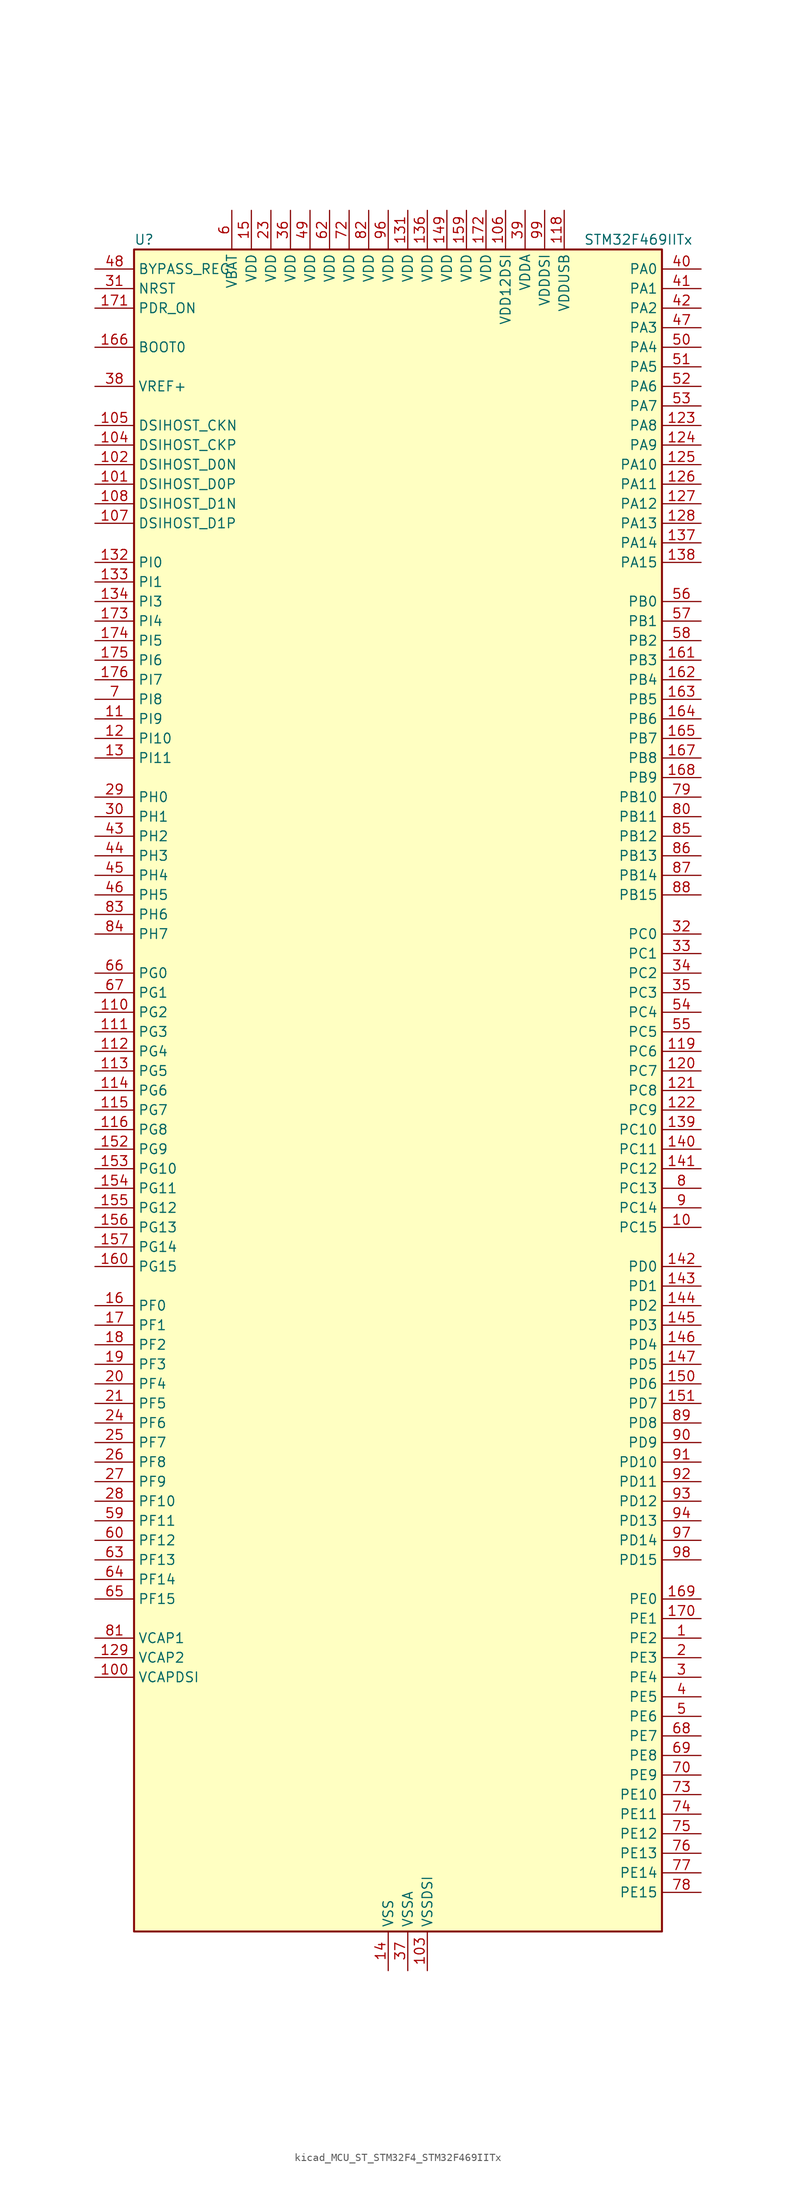
<source format=kicad_sym>
(kicad_symbol_lib
  (version 20220914)
  (generator kicad_symbol_editor)
  (symbol "kicad_MCU_ST_STM32F4_STM32F469IITx"
    (property "Reference" "U"
      (at -33.02 110.49 0)
      (effects (font (size 1.27 1.27)) (justify left)))
    (property "Value" "STM32F469IITx"
      (at 25.4 110.49 0)
      (effects (font (size 1.27 1.27)) (justify left)))
    (property "ki_locked" ""
      (at 0 0 0)
      (effects (font (size 1.27 1.27))))
    (symbol "kicad_MCU_ST_STM32F4_STM32F469IITx_0_1"
      (rectangle (start -33.02 -109.22) (end 35.56 109.22) (stroke (width 0.254) (type default)) (fill (type background))))
    (symbol "kicad_MCU_ST_STM32F4_STM32F469IITx_1_1"
      (pin bidirectional line (at 40.64 -71.12 180) (length 5.08) (name "PE2" (effects (font (size 1.27 1.27)))) (number "1" (effects (font (size 1.27 1.27)))) (alternate "ETH_TXD3" bidirectional line) (alternate "FMC_A23" bidirectional line) (alternate "QUADSPI_BK1_IO2" bidirectional line) (alternate "SAI1_MCLK_A" bidirectional line) (alternate "SPI4_SCK" bidirectional line) (alternate "SYS_TRACECLK" bidirectional line))
      (pin bidirectional line (at 40.64 -17.78 180) (length 5.08) (name "PC15" (effects (font (size 1.27 1.27)))) (number "10" (effects (font (size 1.27 1.27)))) (alternate "ADC1_EXTI15" bidirectional line) (alternate "ADC2_EXTI15" bidirectional line) (alternate "ADC3_EXTI15" bidirectional line) (alternate "RCC_OSC32_OUT" bidirectional line))
      (pin power_out line (at -38.1 -76.2 0) (length 5.08) (name "VCAPDSI" (effects (font (size 1.27 1.27)))) (number "100" (effects (font (size 1.27 1.27)))))
      (pin bidirectional line (at -38.1 78.74 0) (length 5.08) (name "DSIHOST_D0P" (effects (font (size 1.27 1.27)))) (number "101" (effects (font (size 1.27 1.27)))) (alternate "DSIHOST_D0P" bidirectional line))
      (pin bidirectional line (at -38.1 81.28 0) (length 5.08) (name "DSIHOST_D0N" (effects (font (size 1.27 1.27)))) (number "102" (effects (font (size 1.27 1.27)))) (alternate "DSIHOST_D0N" bidirectional line))
      (pin power_in line (at 5.08 -114.3 90) (length 5.08) (name "VSSDSI" (effects (font (size 1.27 1.27)))) (number "103" (effects (font (size 1.27 1.27)))))
      (pin bidirectional line (at -38.1 83.82 0) (length 5.08) (name "DSIHOST_CKP" (effects (font (size 1.27 1.27)))) (number "104" (effects (font (size 1.27 1.27)))) (alternate "DSIHOST_CKP" bidirectional line))
      (pin bidirectional line (at -38.1 86.36 0) (length 5.08) (name "DSIHOST_CKN" (effects (font (size 1.27 1.27)))) (number "105" (effects (font (size 1.27 1.27)))) (alternate "DSIHOST_CKN" bidirectional line))
      (pin power_in line (at 15.24 114.3 270) (length 5.08) (name "VDD12DSI" (effects (font (size 1.27 1.27)))) (number "106" (effects (font (size 1.27 1.27)))))
      (pin bidirectional line (at -38.1 73.66 0) (length 5.08) (name "DSIHOST_D1P" (effects (font (size 1.27 1.27)))) (number "107" (effects (font (size 1.27 1.27)))) (alternate "DSIHOST_D1P" bidirectional line))
      (pin bidirectional line (at -38.1 76.2 0) (length 5.08) (name "DSIHOST_D1N" (effects (font (size 1.27 1.27)))) (number "108" (effects (font (size 1.27 1.27)))) (alternate "DSIHOST_D1N" bidirectional line))
      (pin passive line (at 5.08 -114.3 90) (length 5.08) hide (name "VSSDSI" (effects (font (size 1.27 1.27)))) (number "109" (effects (font (size 1.27 1.27)))))
      (pin bidirectional line (at -38.1 48.26 0) (length 5.08) (name "PI9" (effects (font (size 1.27 1.27)))) (number "11" (effects (font (size 1.27 1.27)))) (alternate "CAN1_RX" bidirectional line) (alternate "DAC_EXTI9" bidirectional line) (alternate "FMC_D30" bidirectional line) (alternate "LTDC_VSYNC" bidirectional line))
      (pin bidirectional line (at -38.1 10.16 0) (length 5.08) (name "PG2" (effects (font (size 1.27 1.27)))) (number "110" (effects (font (size 1.27 1.27)))) (alternate "FMC_A12" bidirectional line))
      (pin bidirectional line (at -38.1 7.62 0) (length 5.08) (name "PG3" (effects (font (size 1.27 1.27)))) (number "111" (effects (font (size 1.27 1.27)))) (alternate "FMC_A13" bidirectional line))
      (pin bidirectional line (at -38.1 5.08 0) (length 5.08) (name "PG4" (effects (font (size 1.27 1.27)))) (number "112" (effects (font (size 1.27 1.27)))) (alternate "FMC_A14" bidirectional line) (alternate "FMC_BA0" bidirectional line))
      (pin bidirectional line (at -38.1 2.54 0) (length 5.08) (name "PG5" (effects (font (size 1.27 1.27)))) (number "113" (effects (font (size 1.27 1.27)))) (alternate "FMC_A15" bidirectional line) (alternate "FMC_BA1" bidirectional line))
      (pin bidirectional line (at -38.1 0 0) (length 5.08) (name "PG6" (effects (font (size 1.27 1.27)))) (number "114" (effects (font (size 1.27 1.27)))) (alternate "DCMI_D12" bidirectional line) (alternate "LTDC_R7" bidirectional line))
      (pin bidirectional line (at -38.1 -2.54 0) (length 5.08) (name "PG7" (effects (font (size 1.27 1.27)))) (number "115" (effects (font (size 1.27 1.27)))) (alternate "DCMI_D13" bidirectional line) (alternate "FMC_INT" bidirectional line) (alternate "LTDC_CLK" bidirectional line) (alternate "SAI1_MCLK_A" bidirectional line) (alternate "USART6_CK" bidirectional line))
      (pin bidirectional line (at -38.1 -5.08 0) (length 5.08) (name "PG8" (effects (font (size 1.27 1.27)))) (number "116" (effects (font (size 1.27 1.27)))) (alternate "ETH_PPS_OUT" bidirectional line) (alternate "FMC_SDCLK" bidirectional line) (alternate "LTDC_G7" bidirectional line) (alternate "SPI6_NSS" bidirectional line) (alternate "USART6_RTS" bidirectional line))
      (pin passive line (at 0 -114.3 90) (length 5.08) hide (name "VSS" (effects (font (size 1.27 1.27)))) (number "117" (effects (font (size 1.27 1.27)))))
      (pin power_in line (at 22.86 114.3 270) (length 5.08) (name "VDDUSB" (effects (font (size 1.27 1.27)))) (number "118" (effects (font (size 1.27 1.27)))))
      (pin bidirectional line (at 40.64 5.08 180) (length 5.08) (name "PC6" (effects (font (size 1.27 1.27)))) (number "119" (effects (font (size 1.27 1.27)))) (alternate "DCMI_D0" bidirectional line) (alternate "I2S2_MCK" bidirectional line) (alternate "LTDC_HSYNC" bidirectional line) (alternate "SDIO_D6" bidirectional line) (alternate "TIM3_CH1" bidirectional line) (alternate "TIM8_CH1" bidirectional line) (alternate "USART6_TX" bidirectional line))
      (pin bidirectional line (at -38.1 45.72 0) (length 5.08) (name "PI10" (effects (font (size 1.27 1.27)))) (number "12" (effects (font (size 1.27 1.27)))) (alternate "ETH_RX_ER" bidirectional line) (alternate "FMC_D31" bidirectional line) (alternate "LTDC_HSYNC" bidirectional line))
      (pin bidirectional line (at 40.64 2.54 180) (length 5.08) (name "PC7" (effects (font (size 1.27 1.27)))) (number "120" (effects (font (size 1.27 1.27)))) (alternate "DCMI_D1" bidirectional line) (alternate "I2S3_MCK" bidirectional line) (alternate "LTDC_G6" bidirectional line) (alternate "SDIO_D7" bidirectional line) (alternate "TIM3_CH2" bidirectional line) (alternate "TIM8_CH2" bidirectional line) (alternate "USART6_RX" bidirectional line))
      (pin bidirectional line (at 40.64 0 180) (length 5.08) (name "PC8" (effects (font (size 1.27 1.27)))) (number "121" (effects (font (size 1.27 1.27)))) (alternate "DCMI_D2" bidirectional line) (alternate "SDIO_D0" bidirectional line) (alternate "SYS_TRACED1" bidirectional line) (alternate "TIM3_CH3" bidirectional line) (alternate "TIM8_CH3" bidirectional line) (alternate "USART6_CK" bidirectional line))
      (pin bidirectional line (at 40.64 -2.54 180) (length 5.08) (name "PC9" (effects (font (size 1.27 1.27)))) (number "122" (effects (font (size 1.27 1.27)))) (alternate "DAC_EXTI9" bidirectional line) (alternate "DCMI_D3" bidirectional line) (alternate "I2C3_SDA" bidirectional line) (alternate "I2S_CKIN" bidirectional line) (alternate "QUADSPI_BK1_IO0" bidirectional line) (alternate "RCC_MCO_2" bidirectional line) (alternate "SDIO_D1" bidirectional line) (alternate "TIM3_CH4" bidirectional line) (alternate "TIM8_CH4" bidirectional line))
      (pin bidirectional line (at 40.64 86.36 180) (length 5.08) (name "PA8" (effects (font (size 1.27 1.27)))) (number "123" (effects (font (size 1.27 1.27)))) (alternate "I2C3_SCL" bidirectional line) (alternate "LTDC_R6" bidirectional line) (alternate "RCC_MCO_1" bidirectional line) (alternate "TIM1_CH1" bidirectional line) (alternate "USART1_CK" bidirectional line) (alternate "USB_OTG_FS_SOF" bidirectional line))
      (pin bidirectional line (at 40.64 83.82 180) (length 5.08) (name "PA9" (effects (font (size 1.27 1.27)))) (number "124" (effects (font (size 1.27 1.27)))) (alternate "DAC_EXTI9" bidirectional line) (alternate "DCMI_D0" bidirectional line) (alternate "I2C3_SMBA" bidirectional line) (alternate "I2S2_CK" bidirectional line) (alternate "SPI2_SCK" bidirectional line) (alternate "TIM1_CH2" bidirectional line) (alternate "USART1_TX" bidirectional line) (alternate "USB_OTG_FS_VBUS" bidirectional line))
      (pin bidirectional line (at 40.64 81.28 180) (length 5.08) (name "PA10" (effects (font (size 1.27 1.27)))) (number "125" (effects (font (size 1.27 1.27)))) (alternate "DCMI_D1" bidirectional line) (alternate "TIM1_CH3" bidirectional line) (alternate "USART1_RX" bidirectional line) (alternate "USB_OTG_FS_ID" bidirectional line))
      (pin bidirectional line (at 40.64 78.74 180) (length 5.08) (name "PA11" (effects (font (size 1.27 1.27)))) (number "126" (effects (font (size 1.27 1.27)))) (alternate "ADC1_EXTI11" bidirectional line) (alternate "ADC2_EXTI11" bidirectional line) (alternate "ADC3_EXTI11" bidirectional line) (alternate "CAN1_RX" bidirectional line) (alternate "LTDC_R4" bidirectional line) (alternate "TIM1_CH4" bidirectional line) (alternate "USART1_CTS" bidirectional line) (alternate "USB_OTG_FS_DM" bidirectional line))
      (pin bidirectional line (at 40.64 76.2 180) (length 5.08) (name "PA12" (effects (font (size 1.27 1.27)))) (number "127" (effects (font (size 1.27 1.27)))) (alternate "CAN1_TX" bidirectional line) (alternate "LTDC_R5" bidirectional line) (alternate "TIM1_ETR" bidirectional line) (alternate "USART1_RTS" bidirectional line) (alternate "USB_OTG_FS_DP" bidirectional line))
      (pin bidirectional line (at 40.64 73.66 180) (length 5.08) (name "PA13" (effects (font (size 1.27 1.27)))) (number "128" (effects (font (size 1.27 1.27)))) (alternate "SYS_JTMS-SWDIO" bidirectional line))
      (pin power_out line (at -38.1 -73.66 0) (length 5.08) (name "VCAP2" (effects (font (size 1.27 1.27)))) (number "129" (effects (font (size 1.27 1.27)))))
      (pin bidirectional line (at -38.1 43.18 0) (length 5.08) (name "PI11" (effects (font (size 1.27 1.27)))) (number "13" (effects (font (size 1.27 1.27)))) (alternate "ADC1_EXTI11" bidirectional line) (alternate "ADC2_EXTI11" bidirectional line) (alternate "ADC3_EXTI11" bidirectional line) (alternate "LTDC_G6" bidirectional line) (alternate "USB_OTG_HS_ULPI_DIR" bidirectional line))
      (pin passive line (at 0 -114.3 90) (length 5.08) hide (name "VSS" (effects (font (size 1.27 1.27)))) (number "130" (effects (font (size 1.27 1.27)))))
      (pin power_in line (at 2.54 114.3 270) (length 5.08) (name "VDD" (effects (font (size 1.27 1.27)))) (number "131" (effects (font (size 1.27 1.27)))))
      (pin bidirectional line (at -38.1 68.58 0) (length 5.08) (name "PI0" (effects (font (size 1.27 1.27)))) (number "132" (effects (font (size 1.27 1.27)))) (alternate "DCMI_D13" bidirectional line) (alternate "FMC_D24" bidirectional line) (alternate "I2S2_WS" bidirectional line) (alternate "LTDC_G5" bidirectional line) (alternate "SPI2_NSS" bidirectional line) (alternate "TIM5_CH4" bidirectional line))
      (pin bidirectional line (at -38.1 66.04 0) (length 5.08) (name "PI1" (effects (font (size 1.27 1.27)))) (number "133" (effects (font (size 1.27 1.27)))) (alternate "DCMI_D8" bidirectional line) (alternate "FMC_D25" bidirectional line) (alternate "I2S2_CK" bidirectional line) (alternate "LTDC_G6" bidirectional line) (alternate "SPI2_SCK" bidirectional line))
      (pin bidirectional line (at -38.1 63.5 0) (length 5.08) (name "PI3" (effects (font (size 1.27 1.27)))) (number "134" (effects (font (size 1.27 1.27)))) (alternate "DCMI_D10" bidirectional line) (alternate "FMC_D27" bidirectional line) (alternate "I2S2_SD" bidirectional line) (alternate "SPI2_MOSI" bidirectional line) (alternate "TIM8_ETR" bidirectional line))
      (pin passive line (at 0 -114.3 90) (length 5.08) hide (name "VSS" (effects (font (size 1.27 1.27)))) (number "135" (effects (font (size 1.27 1.27)))))
      (pin power_in line (at 5.08 114.3 270) (length 5.08) (name "VDD" (effects (font (size 1.27 1.27)))) (number "136" (effects (font (size 1.27 1.27)))))
      (pin bidirectional line (at 40.64 71.12 180) (length 5.08) (name "PA14" (effects (font (size 1.27 1.27)))) (number "137" (effects (font (size 1.27 1.27)))) (alternate "SYS_JTCK-SWCLK" bidirectional line))
      (pin bidirectional line (at 40.64 68.58 180) (length 5.08) (name "PA15" (effects (font (size 1.27 1.27)))) (number "138" (effects (font (size 1.27 1.27)))) (alternate "ADC1_EXTI15" bidirectional line) (alternate "ADC2_EXTI15" bidirectional line) (alternate "ADC3_EXTI15" bidirectional line) (alternate "I2S3_WS" bidirectional line) (alternate "SPI1_NSS" bidirectional line) (alternate "SPI3_NSS" bidirectional line) (alternate "SYS_JTDI" bidirectional line) (alternate "TIM2_CH1" bidirectional line) (alternate "TIM2_ETR" bidirectional line))
      (pin bidirectional line (at 40.64 -5.08 180) (length 5.08) (name "PC10" (effects (font (size 1.27 1.27)))) (number "139" (effects (font (size 1.27 1.27)))) (alternate "DCMI_D8" bidirectional line) (alternate "I2S3_CK" bidirectional line) (alternate "LTDC_R2" bidirectional line) (alternate "QUADSPI_BK1_IO1" bidirectional line) (alternate "SDIO_D2" bidirectional line) (alternate "SPI3_SCK" bidirectional line) (alternate "UART4_TX" bidirectional line) (alternate "USART3_TX" bidirectional line))
      (pin power_in line (at 0 -114.3 90) (length 5.08) (name "VSS" (effects (font (size 1.27 1.27)))) (number "14" (effects (font (size 1.27 1.27)))))
      (pin bidirectional line (at 40.64 -7.62 180) (length 5.08) (name "PC11" (effects (font (size 1.27 1.27)))) (number "140" (effects (font (size 1.27 1.27)))) (alternate "ADC1_EXTI11" bidirectional line) (alternate "ADC2_EXTI11" bidirectional line) (alternate "ADC3_EXTI11" bidirectional line) (alternate "DCMI_D4" bidirectional line) (alternate "I2S3_ext_SD" bidirectional line) (alternate "QUADSPI_BK2_NCS" bidirectional line) (alternate "SDIO_D3" bidirectional line) (alternate "SPI3_MISO" bidirectional line) (alternate "UART4_RX" bidirectional line) (alternate "USART3_RX" bidirectional line))
      (pin bidirectional line (at 40.64 -10.16 180) (length 5.08) (name "PC12" (effects (font (size 1.27 1.27)))) (number "141" (effects (font (size 1.27 1.27)))) (alternate "DCMI_D9" bidirectional line) (alternate "I2S3_SD" bidirectional line) (alternate "SDIO_CK" bidirectional line) (alternate "SPI3_MOSI" bidirectional line) (alternate "SYS_TRACED3" bidirectional line) (alternate "UART5_TX" bidirectional line) (alternate "USART3_CK" bidirectional line))
      (pin bidirectional line (at 40.64 -22.86 180) (length 5.08) (name "PD0" (effects (font (size 1.27 1.27)))) (number "142" (effects (font (size 1.27 1.27)))) (alternate "CAN1_RX" bidirectional line) (alternate "FMC_D2" bidirectional line) (alternate "FMC_DA2" bidirectional line))
      (pin bidirectional line (at 40.64 -25.4 180) (length 5.08) (name "PD1" (effects (font (size 1.27 1.27)))) (number "143" (effects (font (size 1.27 1.27)))) (alternate "CAN1_TX" bidirectional line) (alternate "FMC_D3" bidirectional line) (alternate "FMC_DA3" bidirectional line))
      (pin bidirectional line (at 40.64 -27.94 180) (length 5.08) (name "PD2" (effects (font (size 1.27 1.27)))) (number "144" (effects (font (size 1.27 1.27)))) (alternate "DCMI_D11" bidirectional line) (alternate "SDIO_CMD" bidirectional line) (alternate "SYS_TRACED2" bidirectional line) (alternate "TIM3_ETR" bidirectional line) (alternate "UART5_RX" bidirectional line))
      (pin bidirectional line (at 40.64 -30.48 180) (length 5.08) (name "PD3" (effects (font (size 1.27 1.27)))) (number "145" (effects (font (size 1.27 1.27)))) (alternate "DCMI_D5" bidirectional line) (alternate "FMC_CLK" bidirectional line) (alternate "I2S2_CK" bidirectional line) (alternate "LTDC_G7" bidirectional line) (alternate "SPI2_SCK" bidirectional line) (alternate "USART2_CTS" bidirectional line))
      (pin bidirectional line (at 40.64 -33.02 180) (length 5.08) (name "PD4" (effects (font (size 1.27 1.27)))) (number "146" (effects (font (size 1.27 1.27)))) (alternate "FMC_NOE" bidirectional line) (alternate "USART2_RTS" bidirectional line))
      (pin bidirectional line (at 40.64 -35.56 180) (length 5.08) (name "PD5" (effects (font (size 1.27 1.27)))) (number "147" (effects (font (size 1.27 1.27)))) (alternate "FMC_NWE" bidirectional line) (alternate "USART2_TX" bidirectional line))
      (pin passive line (at 0 -114.3 90) (length 5.08) hide (name "VSS" (effects (font (size 1.27 1.27)))) (number "148" (effects (font (size 1.27 1.27)))))
      (pin power_in line (at 7.62 114.3 270) (length 5.08) (name "VDD" (effects (font (size 1.27 1.27)))) (number "149" (effects (font (size 1.27 1.27)))))
      (pin power_in line (at -17.78 114.3 270) (length 5.08) (name "VDD" (effects (font (size 1.27 1.27)))) (number "15" (effects (font (size 1.27 1.27)))))
      (pin bidirectional line (at 40.64 -38.1 180) (length 5.08) (name "PD6" (effects (font (size 1.27 1.27)))) (number "150" (effects (font (size 1.27 1.27)))) (alternate "DCMI_D10" bidirectional line) (alternate "FMC_NWAIT" bidirectional line) (alternate "I2S3_SD" bidirectional line) (alternate "LTDC_B2" bidirectional line) (alternate "SAI1_SD_A" bidirectional line) (alternate "SPI3_MOSI" bidirectional line) (alternate "USART2_RX" bidirectional line))
      (pin bidirectional line (at 40.64 -40.64 180) (length 5.08) (name "PD7" (effects (font (size 1.27 1.27)))) (number "151" (effects (font (size 1.27 1.27)))) (alternate "FMC_NE1" bidirectional line) (alternate "USART2_CK" bidirectional line))
      (pin bidirectional line (at -38.1 -7.62 0) (length 5.08) (name "PG9" (effects (font (size 1.27 1.27)))) (number "152" (effects (font (size 1.27 1.27)))) (alternate "DAC_EXTI9" bidirectional line) (alternate "DCMI_VSYNC" bidirectional line) (alternate "FMC_NCE" bidirectional line) (alternate "FMC_NE2" bidirectional line) (alternate "QUADSPI_BK2_IO2" bidirectional line) (alternate "USART6_RX" bidirectional line))
      (pin bidirectional line (at -38.1 -10.16 0) (length 5.08) (name "PG10" (effects (font (size 1.27 1.27)))) (number "153" (effects (font (size 1.27 1.27)))) (alternate "DCMI_D2" bidirectional line) (alternate "FMC_NE3" bidirectional line) (alternate "LTDC_B2" bidirectional line) (alternate "LTDC_G3" bidirectional line))
      (pin bidirectional line (at -38.1 -12.7 0) (length 5.08) (name "PG11" (effects (font (size 1.27 1.27)))) (number "154" (effects (font (size 1.27 1.27)))) (alternate "ADC1_EXTI11" bidirectional line) (alternate "ADC2_EXTI11" bidirectional line) (alternate "ADC3_EXTI11" bidirectional line) (alternate "DCMI_D3" bidirectional line) (alternate "ETH_TX_EN" bidirectional line) (alternate "LTDC_B3" bidirectional line))
      (pin bidirectional line (at -38.1 -15.24 0) (length 5.08) (name "PG12" (effects (font (size 1.27 1.27)))) (number "155" (effects (font (size 1.27 1.27)))) (alternate "FMC_NE4" bidirectional line) (alternate "LTDC_B1" bidirectional line) (alternate "LTDC_B4" bidirectional line) (alternate "SPI6_MISO" bidirectional line) (alternate "USART6_RTS" bidirectional line))
      (pin bidirectional line (at -38.1 -17.78 0) (length 5.08) (name "PG13" (effects (font (size 1.27 1.27)))) (number "156" (effects (font (size 1.27 1.27)))) (alternate "ETH_TXD0" bidirectional line) (alternate "FMC_A24" bidirectional line) (alternate "LTDC_R0" bidirectional line) (alternate "SPI6_SCK" bidirectional line) (alternate "SYS_TRACED0" bidirectional line) (alternate "USART6_CTS" bidirectional line))
      (pin bidirectional line (at -38.1 -20.32 0) (length 5.08) (name "PG14" (effects (font (size 1.27 1.27)))) (number "157" (effects (font (size 1.27 1.27)))) (alternate "ETH_TXD1" bidirectional line) (alternate "FMC_A25" bidirectional line) (alternate "LTDC_B0" bidirectional line) (alternate "QUADSPI_BK2_IO3" bidirectional line) (alternate "SPI6_MOSI" bidirectional line) (alternate "SYS_TRACED1" bidirectional line) (alternate "USART6_TX" bidirectional line))
      (pin passive line (at 0 -114.3 90) (length 5.08) hide (name "VSS" (effects (font (size 1.27 1.27)))) (number "158" (effects (font (size 1.27 1.27)))))
      (pin power_in line (at 10.16 114.3 270) (length 5.08) (name "VDD" (effects (font (size 1.27 1.27)))) (number "159" (effects (font (size 1.27 1.27)))))
      (pin bidirectional line (at -38.1 -27.94 0) (length 5.08) (name "PF0" (effects (font (size 1.27 1.27)))) (number "16" (effects (font (size 1.27 1.27)))) (alternate "FMC_A0" bidirectional line) (alternate "I2C2_SDA" bidirectional line))
      (pin bidirectional line (at -38.1 -22.86 0) (length 5.08) (name "PG15" (effects (font (size 1.27 1.27)))) (number "160" (effects (font (size 1.27 1.27)))) (alternate "ADC1_EXTI15" bidirectional line) (alternate "ADC2_EXTI15" bidirectional line) (alternate "ADC3_EXTI15" bidirectional line) (alternate "DCMI_D13" bidirectional line) (alternate "FMC_SDNCAS" bidirectional line) (alternate "USART6_CTS" bidirectional line))
      (pin bidirectional line (at 40.64 55.88 180) (length 5.08) (name "PB3" (effects (font (size 1.27 1.27)))) (number "161" (effects (font (size 1.27 1.27)))) (alternate "I2S3_CK" bidirectional line) (alternate "SPI1_SCK" bidirectional line) (alternate "SPI3_SCK" bidirectional line) (alternate "SYS_JTDO-SWO" bidirectional line) (alternate "TIM2_CH2" bidirectional line))
      (pin bidirectional line (at 40.64 53.34 180) (length 5.08) (name "PB4" (effects (font (size 1.27 1.27)))) (number "162" (effects (font (size 1.27 1.27)))) (alternate "I2S3_ext_SD" bidirectional line) (alternate "SPI1_MISO" bidirectional line) (alternate "SPI3_MISO" bidirectional line) (alternate "SYS_JTRST" bidirectional line) (alternate "TIM3_CH1" bidirectional line))
      (pin bidirectional line (at 40.64 50.8 180) (length 5.08) (name "PB5" (effects (font (size 1.27 1.27)))) (number "163" (effects (font (size 1.27 1.27)))) (alternate "CAN2_RX" bidirectional line) (alternate "DCMI_D10" bidirectional line) (alternate "ETH_PPS_OUT" bidirectional line) (alternate "FMC_SDCKE1" bidirectional line) (alternate "I2C1_SMBA" bidirectional line) (alternate "I2S3_SD" bidirectional line) (alternate "LTDC_G7" bidirectional line) (alternate "SPI1_MOSI" bidirectional line) (alternate "SPI3_MOSI" bidirectional line) (alternate "TIM3_CH2" bidirectional line) (alternate "USB_OTG_HS_ULPI_D7" bidirectional line))
      (pin bidirectional line (at 40.64 48.26 180) (length 5.08) (name "PB6" (effects (font (size 1.27 1.27)))) (number "164" (effects (font (size 1.27 1.27)))) (alternate "CAN2_TX" bidirectional line) (alternate "DCMI_D5" bidirectional line) (alternate "FMC_SDNE1" bidirectional line) (alternate "I2C1_SCL" bidirectional line) (alternate "QUADSPI_BK1_NCS" bidirectional line) (alternate "TIM4_CH1" bidirectional line) (alternate "USART1_TX" bidirectional line))
      (pin bidirectional line (at 40.64 45.72 180) (length 5.08) (name "PB7" (effects (font (size 1.27 1.27)))) (number "165" (effects (font (size 1.27 1.27)))) (alternate "DCMI_VSYNC" bidirectional line) (alternate "FMC_NL" bidirectional line) (alternate "I2C1_SDA" bidirectional line) (alternate "TIM4_CH2" bidirectional line) (alternate "USART1_RX" bidirectional line))
      (pin input line (at -38.1 96.52 0) (length 5.08) (name "BOOT0" (effects (font (size 1.27 1.27)))) (number "166" (effects (font (size 1.27 1.27)))))
      (pin bidirectional line (at 40.64 43.18 180) (length 5.08) (name "PB8" (effects (font (size 1.27 1.27)))) (number "167" (effects (font (size 1.27 1.27)))) (alternate "CAN1_RX" bidirectional line) (alternate "DCMI_D6" bidirectional line) (alternate "ETH_TXD3" bidirectional line) (alternate "I2C1_SCL" bidirectional line) (alternate "LTDC_B6" bidirectional line) (alternate "SDIO_D4" bidirectional line) (alternate "TIM10_CH1" bidirectional line) (alternate "TIM4_CH3" bidirectional line))
      (pin bidirectional line (at 40.64 40.64 180) (length 5.08) (name "PB9" (effects (font (size 1.27 1.27)))) (number "168" (effects (font (size 1.27 1.27)))) (alternate "CAN1_TX" bidirectional line) (alternate "DAC_EXTI9" bidirectional line) (alternate "DCMI_D7" bidirectional line) (alternate "I2C1_SDA" bidirectional line) (alternate "I2S2_WS" bidirectional line) (alternate "LTDC_B7" bidirectional line) (alternate "SDIO_D5" bidirectional line) (alternate "SPI2_NSS" bidirectional line) (alternate "TIM11_CH1" bidirectional line) (alternate "TIM4_CH4" bidirectional line))
      (pin bidirectional line (at 40.64 -66.04 180) (length 5.08) (name "PE0" (effects (font (size 1.27 1.27)))) (number "169" (effects (font (size 1.27 1.27)))) (alternate "DCMI_D2" bidirectional line) (alternate "FMC_NBL0" bidirectional line) (alternate "TIM4_ETR" bidirectional line) (alternate "UART8_RX" bidirectional line))
      (pin bidirectional line (at -38.1 -30.48 0) (length 5.08) (name "PF1" (effects (font (size 1.27 1.27)))) (number "17" (effects (font (size 1.27 1.27)))) (alternate "FMC_A1" bidirectional line) (alternate "I2C2_SCL" bidirectional line))
      (pin bidirectional line (at 40.64 -68.58 180) (length 5.08) (name "PE1" (effects (font (size 1.27 1.27)))) (number "170" (effects (font (size 1.27 1.27)))) (alternate "DCMI_D3" bidirectional line) (alternate "FMC_NBL1" bidirectional line) (alternate "UART8_TX" bidirectional line))
      (pin input line (at -38.1 101.6 0) (length 5.08) (name "PDR_ON" (effects (font (size 1.27 1.27)))) (number "171" (effects (font (size 1.27 1.27)))))
      (pin power_in line (at 12.7 114.3 270) (length 5.08) (name "VDD" (effects (font (size 1.27 1.27)))) (number "172" (effects (font (size 1.27 1.27)))))
      (pin bidirectional line (at -38.1 60.96 0) (length 5.08) (name "PI4" (effects (font (size 1.27 1.27)))) (number "173" (effects (font (size 1.27 1.27)))) (alternate "DCMI_D5" bidirectional line) (alternate "FMC_NBL2" bidirectional line) (alternate "LTDC_B4" bidirectional line) (alternate "TIM8_BKIN" bidirectional line))
      (pin bidirectional line (at -38.1 58.42 0) (length 5.08) (name "PI5" (effects (font (size 1.27 1.27)))) (number "174" (effects (font (size 1.27 1.27)))) (alternate "DCMI_VSYNC" bidirectional line) (alternate "FMC_NBL3" bidirectional line) (alternate "LTDC_B5" bidirectional line) (alternate "TIM8_CH1" bidirectional line))
      (pin bidirectional line (at -38.1 55.88 0) (length 5.08) (name "PI6" (effects (font (size 1.27 1.27)))) (number "175" (effects (font (size 1.27 1.27)))) (alternate "DCMI_D6" bidirectional line) (alternate "FMC_D28" bidirectional line) (alternate "LTDC_B6" bidirectional line) (alternate "TIM8_CH2" bidirectional line))
      (pin bidirectional line (at -38.1 53.34 0) (length 5.08) (name "PI7" (effects (font (size 1.27 1.27)))) (number "176" (effects (font (size 1.27 1.27)))) (alternate "DCMI_D7" bidirectional line) (alternate "FMC_D29" bidirectional line) (alternate "LTDC_B7" bidirectional line) (alternate "TIM8_CH3" bidirectional line))
      (pin bidirectional line (at -38.1 -33.02 0) (length 5.08) (name "PF2" (effects (font (size 1.27 1.27)))) (number "18" (effects (font (size 1.27 1.27)))) (alternate "FMC_A2" bidirectional line) (alternate "I2C2_SMBA" bidirectional line))
      (pin bidirectional line (at -38.1 -35.56 0) (length 5.08) (name "PF3" (effects (font (size 1.27 1.27)))) (number "19" (effects (font (size 1.27 1.27)))) (alternate "ADC3_IN9" bidirectional line) (alternate "FMC_A3" bidirectional line))
      (pin bidirectional line (at 40.64 -73.66 180) (length 5.08) (name "PE3" (effects (font (size 1.27 1.27)))) (number "2" (effects (font (size 1.27 1.27)))) (alternate "FMC_A19" bidirectional line) (alternate "SAI1_SD_B" bidirectional line) (alternate "SYS_TRACED0" bidirectional line))
      (pin bidirectional line (at -38.1 -38.1 0) (length 5.08) (name "PF4" (effects (font (size 1.27 1.27)))) (number "20" (effects (font (size 1.27 1.27)))) (alternate "ADC3_IN14" bidirectional line) (alternate "FMC_A4" bidirectional line))
      (pin bidirectional line (at -38.1 -40.64 0) (length 5.08) (name "PF5" (effects (font (size 1.27 1.27)))) (number "21" (effects (font (size 1.27 1.27)))) (alternate "ADC3_IN15" bidirectional line) (alternate "FMC_A5" bidirectional line))
      (pin passive line (at 0 -114.3 90) (length 5.08) hide (name "VSS" (effects (font (size 1.27 1.27)))) (number "22" (effects (font (size 1.27 1.27)))))
      (pin power_in line (at -15.24 114.3 270) (length 5.08) (name "VDD" (effects (font (size 1.27 1.27)))) (number "23" (effects (font (size 1.27 1.27)))))
      (pin bidirectional line (at -38.1 -43.18 0) (length 5.08) (name "PF6" (effects (font (size 1.27 1.27)))) (number "24" (effects (font (size 1.27 1.27)))) (alternate "ADC3_IN4" bidirectional line) (alternate "QUADSPI_BK1_IO3" bidirectional line) (alternate "SAI1_SD_B" bidirectional line) (alternate "SPI5_NSS" bidirectional line) (alternate "TIM10_CH1" bidirectional line) (alternate "UART7_RX" bidirectional line))
      (pin bidirectional line (at -38.1 -45.72 0) (length 5.08) (name "PF7" (effects (font (size 1.27 1.27)))) (number "25" (effects (font (size 1.27 1.27)))) (alternate "ADC3_IN5" bidirectional line) (alternate "QUADSPI_BK1_IO2" bidirectional line) (alternate "SAI1_MCLK_B" bidirectional line) (alternate "SPI5_SCK" bidirectional line) (alternate "TIM11_CH1" bidirectional line) (alternate "UART7_TX" bidirectional line))
      (pin bidirectional line (at -38.1 -48.26 0) (length 5.08) (name "PF8" (effects (font (size 1.27 1.27)))) (number "26" (effects (font (size 1.27 1.27)))) (alternate "ADC3_IN6" bidirectional line) (alternate "QUADSPI_BK1_IO0" bidirectional line) (alternate "SAI1_SCK_B" bidirectional line) (alternate "SPI5_MISO" bidirectional line) (alternate "TIM13_CH1" bidirectional line))
      (pin bidirectional line (at -38.1 -50.8 0) (length 5.08) (name "PF9" (effects (font (size 1.27 1.27)))) (number "27" (effects (font (size 1.27 1.27)))) (alternate "ADC3_IN7" bidirectional line) (alternate "DAC_EXTI9" bidirectional line) (alternate "QUADSPI_BK1_IO1" bidirectional line) (alternate "SAI1_FS_B" bidirectional line) (alternate "SPI5_MOSI" bidirectional line) (alternate "TIM14_CH1" bidirectional line))
      (pin bidirectional line (at -38.1 -53.34 0) (length 5.08) (name "PF10" (effects (font (size 1.27 1.27)))) (number "28" (effects (font (size 1.27 1.27)))) (alternate "ADC3_IN8" bidirectional line) (alternate "DCMI_D11" bidirectional line) (alternate "LTDC_DE" bidirectional line) (alternate "QUADSPI_CLK" bidirectional line))
      (pin bidirectional line (at -38.1 38.1 0) (length 5.08) (name "PH0" (effects (font (size 1.27 1.27)))) (number "29" (effects (font (size 1.27 1.27)))) (alternate "RCC_OSC_IN" bidirectional line))
      (pin bidirectional line (at 40.64 -76.2 180) (length 5.08) (name "PE4" (effects (font (size 1.27 1.27)))) (number "3" (effects (font (size 1.27 1.27)))) (alternate "DCMI_D4" bidirectional line) (alternate "FMC_A20" bidirectional line) (alternate "LTDC_B0" bidirectional line) (alternate "SAI1_FS_A" bidirectional line) (alternate "SPI4_NSS" bidirectional line) (alternate "SYS_TRACED1" bidirectional line))
      (pin bidirectional line (at -38.1 35.56 0) (length 5.08) (name "PH1" (effects (font (size 1.27 1.27)))) (number "30" (effects (font (size 1.27 1.27)))) (alternate "RCC_OSC_OUT" bidirectional line))
      (pin input line (at -38.1 104.14 0) (length 5.08) (name "NRST" (effects (font (size 1.27 1.27)))) (number "31" (effects (font (size 1.27 1.27)))))
      (pin bidirectional line (at 40.64 20.32 180) (length 5.08) (name "PC0" (effects (font (size 1.27 1.27)))) (number "32" (effects (font (size 1.27 1.27)))) (alternate "ADC1_IN10" bidirectional line) (alternate "ADC2_IN10" bidirectional line) (alternate "ADC3_IN10" bidirectional line) (alternate "FMC_SDNWE" bidirectional line) (alternate "LTDC_R5" bidirectional line) (alternate "USB_OTG_HS_ULPI_STP" bidirectional line))
      (pin bidirectional line (at 40.64 17.78 180) (length 5.08) (name "PC1" (effects (font (size 1.27 1.27)))) (number "33" (effects (font (size 1.27 1.27)))) (alternate "ADC1_IN11" bidirectional line) (alternate "ADC2_IN11" bidirectional line) (alternate "ADC3_IN11" bidirectional line) (alternate "ETH_MDC" bidirectional line) (alternate "I2S2_SD" bidirectional line) (alternate "SAI1_SD_A" bidirectional line) (alternate "SPI2_MOSI" bidirectional line) (alternate "SYS_TRACED0" bidirectional line))
      (pin bidirectional line (at 40.64 15.24 180) (length 5.08) (name "PC2" (effects (font (size 1.27 1.27)))) (number "34" (effects (font (size 1.27 1.27)))) (alternate "ADC1_IN12" bidirectional line) (alternate "ADC2_IN12" bidirectional line) (alternate "ADC3_IN12" bidirectional line) (alternate "ETH_TXD2" bidirectional line) (alternate "FMC_SDNE0" bidirectional line) (alternate "I2S2_ext_SD" bidirectional line) (alternate "SPI2_MISO" bidirectional line) (alternate "USB_OTG_HS_ULPI_DIR" bidirectional line))
      (pin bidirectional line (at 40.64 12.7 180) (length 5.08) (name "PC3" (effects (font (size 1.27 1.27)))) (number "35" (effects (font (size 1.27 1.27)))) (alternate "ADC1_IN13" bidirectional line) (alternate "ADC2_IN13" bidirectional line) (alternate "ADC3_IN13" bidirectional line) (alternate "ETH_TX_CLK" bidirectional line) (alternate "FMC_SDCKE0" bidirectional line) (alternate "I2S2_SD" bidirectional line) (alternate "SPI2_MOSI" bidirectional line) (alternate "USB_OTG_HS_ULPI_NXT" bidirectional line))
      (pin power_in line (at -12.7 114.3 270) (length 5.08) (name "VDD" (effects (font (size 1.27 1.27)))) (number "36" (effects (font (size 1.27 1.27)))))
      (pin power_in line (at 2.54 -114.3 90) (length 5.08) (name "VSSA" (effects (font (size 1.27 1.27)))) (number "37" (effects (font (size 1.27 1.27)))))
      (pin input line (at -38.1 91.44 0) (length 5.08) (name "VREF+" (effects (font (size 1.27 1.27)))) (number "38" (effects (font (size 1.27 1.27)))))
      (pin power_in line (at 17.78 114.3 270) (length 5.08) (name "VDDA" (effects (font (size 1.27 1.27)))) (number "39" (effects (font (size 1.27 1.27)))))
      (pin bidirectional line (at 40.64 -78.74 180) (length 5.08) (name "PE5" (effects (font (size 1.27 1.27)))) (number "4" (effects (font (size 1.27 1.27)))) (alternate "DCMI_D6" bidirectional line) (alternate "FMC_A21" bidirectional line) (alternate "LTDC_G0" bidirectional line) (alternate "SAI1_SCK_A" bidirectional line) (alternate "SPI4_MISO" bidirectional line) (alternate "SYS_TRACED2" bidirectional line) (alternate "TIM9_CH1" bidirectional line))
      (pin bidirectional line (at 40.64 106.68 180) (length 5.08) (name "PA0" (effects (font (size 1.27 1.27)))) (number "40" (effects (font (size 1.27 1.27)))) (alternate "ADC1_IN0" bidirectional line) (alternate "ADC2_IN0" bidirectional line) (alternate "ADC3_IN0" bidirectional line) (alternate "ETH_CRS" bidirectional line) (alternate "SYS_WKUP" bidirectional line) (alternate "TIM2_CH1" bidirectional line) (alternate "TIM2_ETR" bidirectional line) (alternate "TIM5_CH1" bidirectional line) (alternate "TIM8_ETR" bidirectional line) (alternate "UART4_TX" bidirectional line) (alternate "USART2_CTS" bidirectional line))
      (pin bidirectional line (at 40.64 104.14 180) (length 5.08) (name "PA1" (effects (font (size 1.27 1.27)))) (number "41" (effects (font (size 1.27 1.27)))) (alternate "ADC1_IN1" bidirectional line) (alternate "ADC2_IN1" bidirectional line) (alternate "ADC3_IN1" bidirectional line) (alternate "ETH_REF_CLK" bidirectional line) (alternate "ETH_RX_CLK" bidirectional line) (alternate "LTDC_R2" bidirectional line) (alternate "QUADSPI_BK1_IO3" bidirectional line) (alternate "TIM2_CH2" bidirectional line) (alternate "TIM5_CH2" bidirectional line) (alternate "UART4_RX" bidirectional line) (alternate "USART2_RTS" bidirectional line))
      (pin bidirectional line (at 40.64 101.6 180) (length 5.08) (name "PA2" (effects (font (size 1.27 1.27)))) (number "42" (effects (font (size 1.27 1.27)))) (alternate "ADC1_IN2" bidirectional line) (alternate "ADC2_IN2" bidirectional line) (alternate "ADC3_IN2" bidirectional line) (alternate "ETH_MDIO" bidirectional line) (alternate "LTDC_R1" bidirectional line) (alternate "TIM2_CH3" bidirectional line) (alternate "TIM5_CH3" bidirectional line) (alternate "TIM9_CH1" bidirectional line) (alternate "USART2_TX" bidirectional line))
      (pin bidirectional line (at -38.1 33.02 0) (length 5.08) (name "PH2" (effects (font (size 1.27 1.27)))) (number "43" (effects (font (size 1.27 1.27)))) (alternate "ETH_CRS" bidirectional line) (alternate "FMC_SDCKE0" bidirectional line) (alternate "LTDC_R0" bidirectional line) (alternate "QUADSPI_BK2_IO0" bidirectional line))
      (pin bidirectional line (at -38.1 30.48 0) (length 5.08) (name "PH3" (effects (font (size 1.27 1.27)))) (number "44" (effects (font (size 1.27 1.27)))) (alternate "ETH_COL" bidirectional line) (alternate "FMC_SDNE0" bidirectional line) (alternate "LTDC_R1" bidirectional line) (alternate "QUADSPI_BK2_IO1" bidirectional line))
      (pin bidirectional line (at -38.1 27.94 0) (length 5.08) (name "PH4" (effects (font (size 1.27 1.27)))) (number "45" (effects (font (size 1.27 1.27)))) (alternate "I2C2_SCL" bidirectional line) (alternate "LTDC_G4" bidirectional line) (alternate "LTDC_G5" bidirectional line) (alternate "USB_OTG_HS_ULPI_NXT" bidirectional line))
      (pin bidirectional line (at -38.1 25.4 0) (length 5.08) (name "PH5" (effects (font (size 1.27 1.27)))) (number "46" (effects (font (size 1.27 1.27)))) (alternate "FMC_SDNWE" bidirectional line) (alternate "I2C2_SDA" bidirectional line) (alternate "SPI5_NSS" bidirectional line))
      (pin bidirectional line (at 40.64 99.06 180) (length 5.08) (name "PA3" (effects (font (size 1.27 1.27)))) (number "47" (effects (font (size 1.27 1.27)))) (alternate "ADC1_IN3" bidirectional line) (alternate "ADC2_IN3" bidirectional line) (alternate "ADC3_IN3" bidirectional line) (alternate "ETH_COL" bidirectional line) (alternate "LTDC_B2" bidirectional line) (alternate "LTDC_B5" bidirectional line) (alternate "TIM2_CH4" bidirectional line) (alternate "TIM5_CH4" bidirectional line) (alternate "TIM9_CH2" bidirectional line) (alternate "USART2_RX" bidirectional line) (alternate "USB_OTG_HS_ULPI_D0" bidirectional line))
      (pin input line (at -38.1 106.68 0) (length 5.08) (name "BYPASS_REG" (effects (font (size 1.27 1.27)))) (number "48" (effects (font (size 1.27 1.27)))))
      (pin power_in line (at -10.16 114.3 270) (length 5.08) (name "VDD" (effects (font (size 1.27 1.27)))) (number "49" (effects (font (size 1.27 1.27)))))
      (pin bidirectional line (at 40.64 -81.28 180) (length 5.08) (name "PE6" (effects (font (size 1.27 1.27)))) (number "5" (effects (font (size 1.27 1.27)))) (alternate "DCMI_D7" bidirectional line) (alternate "FMC_A22" bidirectional line) (alternate "LTDC_G1" bidirectional line) (alternate "SAI1_SD_A" bidirectional line) (alternate "SPI4_MOSI" bidirectional line) (alternate "SYS_TRACED3" bidirectional line) (alternate "TIM9_CH2" bidirectional line))
      (pin bidirectional line (at 40.64 96.52 180) (length 5.08) (name "PA4" (effects (font (size 1.27 1.27)))) (number "50" (effects (font (size 1.27 1.27)))) (alternate "ADC1_IN4" bidirectional line) (alternate "ADC2_IN4" bidirectional line) (alternate "DAC_OUT1" bidirectional line) (alternate "DCMI_HSYNC" bidirectional line) (alternate "I2S3_WS" bidirectional line) (alternate "LTDC_VSYNC" bidirectional line) (alternate "SPI1_NSS" bidirectional line) (alternate "SPI3_NSS" bidirectional line) (alternate "USART2_CK" bidirectional line) (alternate "USB_OTG_HS_SOF" bidirectional line))
      (pin bidirectional line (at 40.64 93.98 180) (length 5.08) (name "PA5" (effects (font (size 1.27 1.27)))) (number "51" (effects (font (size 1.27 1.27)))) (alternate "ADC1_IN5" bidirectional line) (alternate "ADC2_IN5" bidirectional line) (alternate "DAC_OUT2" bidirectional line) (alternate "LTDC_R4" bidirectional line) (alternate "SPI1_SCK" bidirectional line) (alternate "TIM2_CH1" bidirectional line) (alternate "TIM2_ETR" bidirectional line) (alternate "TIM8_CH1N" bidirectional line) (alternate "USB_OTG_HS_ULPI_CK" bidirectional line))
      (pin bidirectional line (at 40.64 91.44 180) (length 5.08) (name "PA6" (effects (font (size 1.27 1.27)))) (number "52" (effects (font (size 1.27 1.27)))) (alternate "ADC1_IN6" bidirectional line) (alternate "ADC2_IN6" bidirectional line) (alternate "DCMI_PIXCLK" bidirectional line) (alternate "LTDC_G2" bidirectional line) (alternate "SPI1_MISO" bidirectional line) (alternate "TIM13_CH1" bidirectional line) (alternate "TIM1_BKIN" bidirectional line) (alternate "TIM3_CH1" bidirectional line) (alternate "TIM8_BKIN" bidirectional line))
      (pin bidirectional line (at 40.64 88.9 180) (length 5.08) (name "PA7" (effects (font (size 1.27 1.27)))) (number "53" (effects (font (size 1.27 1.27)))) (alternate "ADC1_IN7" bidirectional line) (alternate "ADC2_IN7" bidirectional line) (alternate "ETH_CRS_DV" bidirectional line) (alternate "ETH_RX_DV" bidirectional line) (alternate "FMC_SDNWE" bidirectional line) (alternate "QUADSPI_CLK" bidirectional line) (alternate "SPI1_MOSI" bidirectional line) (alternate "TIM14_CH1" bidirectional line) (alternate "TIM1_CH1N" bidirectional line) (alternate "TIM3_CH2" bidirectional line) (alternate "TIM8_CH1N" bidirectional line))
      (pin bidirectional line (at 40.64 10.16 180) (length 5.08) (name "PC4" (effects (font (size 1.27 1.27)))) (number "54" (effects (font (size 1.27 1.27)))) (alternate "ADC1_IN14" bidirectional line) (alternate "ADC2_IN14" bidirectional line) (alternate "ETH_RXD0" bidirectional line) (alternate "FMC_SDNE0" bidirectional line))
      (pin bidirectional line (at 40.64 7.62 180) (length 5.08) (name "PC5" (effects (font (size 1.27 1.27)))) (number "55" (effects (font (size 1.27 1.27)))) (alternate "ADC1_IN15" bidirectional line) (alternate "ADC2_IN15" bidirectional line) (alternate "ETH_RXD1" bidirectional line) (alternate "FMC_SDCKE0" bidirectional line))
      (pin bidirectional line (at 40.64 63.5 180) (length 5.08) (name "PB0" (effects (font (size 1.27 1.27)))) (number "56" (effects (font (size 1.27 1.27)))) (alternate "ADC1_IN8" bidirectional line) (alternate "ADC2_IN8" bidirectional line) (alternate "ETH_RXD2" bidirectional line) (alternate "LTDC_G1" bidirectional line) (alternate "LTDC_R3" bidirectional line) (alternate "TIM1_CH2N" bidirectional line) (alternate "TIM3_CH3" bidirectional line) (alternate "TIM8_CH2N" bidirectional line) (alternate "USB_OTG_HS_ULPI_D1" bidirectional line))
      (pin bidirectional line (at 40.64 60.96 180) (length 5.08) (name "PB1" (effects (font (size 1.27 1.27)))) (number "57" (effects (font (size 1.27 1.27)))) (alternate "ADC1_IN9" bidirectional line) (alternate "ADC2_IN9" bidirectional line) (alternate "ETH_RXD3" bidirectional line) (alternate "LTDC_G0" bidirectional line) (alternate "LTDC_R6" bidirectional line) (alternate "TIM1_CH3N" bidirectional line) (alternate "TIM3_CH4" bidirectional line) (alternate "TIM8_CH3N" bidirectional line) (alternate "USB_OTG_HS_ULPI_D2" bidirectional line))
      (pin bidirectional line (at 40.64 58.42 180) (length 5.08) (name "PB2" (effects (font (size 1.27 1.27)))) (number "58" (effects (font (size 1.27 1.27)))))
      (pin bidirectional line (at -38.1 -55.88 0) (length 5.08) (name "PF11" (effects (font (size 1.27 1.27)))) (number "59" (effects (font (size 1.27 1.27)))) (alternate "ADC1_EXTI11" bidirectional line) (alternate "ADC2_EXTI11" bidirectional line) (alternate "ADC3_EXTI11" bidirectional line) (alternate "DCMI_D12" bidirectional line) (alternate "FMC_SDNRAS" bidirectional line) (alternate "SPI5_MOSI" bidirectional line))
      (pin power_in line (at -20.32 114.3 270) (length 5.08) (name "VBAT" (effects (font (size 1.27 1.27)))) (number "6" (effects (font (size 1.27 1.27)))))
      (pin bidirectional line (at -38.1 -58.42 0) (length 5.08) (name "PF12" (effects (font (size 1.27 1.27)))) (number "60" (effects (font (size 1.27 1.27)))) (alternate "FMC_A6" bidirectional line))
      (pin passive line (at 0 -114.3 90) (length 5.08) hide (name "VSS" (effects (font (size 1.27 1.27)))) (number "61" (effects (font (size 1.27 1.27)))))
      (pin power_in line (at -7.62 114.3 270) (length 5.08) (name "VDD" (effects (font (size 1.27 1.27)))) (number "62" (effects (font (size 1.27 1.27)))))
      (pin bidirectional line (at -38.1 -60.96 0) (length 5.08) (name "PF13" (effects (font (size 1.27 1.27)))) (number "63" (effects (font (size 1.27 1.27)))) (alternate "FMC_A7" bidirectional line))
      (pin bidirectional line (at -38.1 -63.5 0) (length 5.08) (name "PF14" (effects (font (size 1.27 1.27)))) (number "64" (effects (font (size 1.27 1.27)))) (alternate "FMC_A8" bidirectional line))
      (pin bidirectional line (at -38.1 -66.04 0) (length 5.08) (name "PF15" (effects (font (size 1.27 1.27)))) (number "65" (effects (font (size 1.27 1.27)))) (alternate "ADC1_EXTI15" bidirectional line) (alternate "ADC2_EXTI15" bidirectional line) (alternate "ADC3_EXTI15" bidirectional line) (alternate "FMC_A9" bidirectional line))
      (pin bidirectional line (at -38.1 15.24 0) (length 5.08) (name "PG0" (effects (font (size 1.27 1.27)))) (number "66" (effects (font (size 1.27 1.27)))) (alternate "FMC_A10" bidirectional line))
      (pin bidirectional line (at -38.1 12.7 0) (length 5.08) (name "PG1" (effects (font (size 1.27 1.27)))) (number "67" (effects (font (size 1.27 1.27)))) (alternate "FMC_A11" bidirectional line))
      (pin bidirectional line (at 40.64 -83.82 180) (length 5.08) (name "PE7" (effects (font (size 1.27 1.27)))) (number "68" (effects (font (size 1.27 1.27)))) (alternate "FMC_D4" bidirectional line) (alternate "FMC_DA4" bidirectional line) (alternate "QUADSPI_BK2_IO0" bidirectional line) (alternate "TIM1_ETR" bidirectional line) (alternate "UART7_RX" bidirectional line))
      (pin bidirectional line (at 40.64 -86.36 180) (length 5.08) (name "PE8" (effects (font (size 1.27 1.27)))) (number "69" (effects (font (size 1.27 1.27)))) (alternate "FMC_D5" bidirectional line) (alternate "FMC_DA5" bidirectional line) (alternate "QUADSPI_BK2_IO1" bidirectional line) (alternate "TIM1_CH1N" bidirectional line) (alternate "UART7_TX" bidirectional line))
      (pin bidirectional line (at -38.1 50.8 0) (length 5.08) (name "PI8" (effects (font (size 1.27 1.27)))) (number "7" (effects (font (size 1.27 1.27)))) (alternate "RTC_AF1" bidirectional line) (alternate "RTC_AF2" bidirectional line))
      (pin bidirectional line (at 40.64 -88.9 180) (length 5.08) (name "PE9" (effects (font (size 1.27 1.27)))) (number "70" (effects (font (size 1.27 1.27)))) (alternate "DAC_EXTI9" bidirectional line) (alternate "FMC_D6" bidirectional line) (alternate "FMC_DA6" bidirectional line) (alternate "QUADSPI_BK2_IO2" bidirectional line) (alternate "TIM1_CH1" bidirectional line))
      (pin passive line (at 0 -114.3 90) (length 5.08) hide (name "VSS" (effects (font (size 1.27 1.27)))) (number "71" (effects (font (size 1.27 1.27)))))
      (pin power_in line (at -5.08 114.3 270) (length 5.08) (name "VDD" (effects (font (size 1.27 1.27)))) (number "72" (effects (font (size 1.27 1.27)))))
      (pin bidirectional line (at 40.64 -91.44 180) (length 5.08) (name "PE10" (effects (font (size 1.27 1.27)))) (number "73" (effects (font (size 1.27 1.27)))) (alternate "FMC_D7" bidirectional line) (alternate "FMC_DA7" bidirectional line) (alternate "QUADSPI_BK2_IO3" bidirectional line) (alternate "TIM1_CH2N" bidirectional line))
      (pin bidirectional line (at 40.64 -93.98 180) (length 5.08) (name "PE11" (effects (font (size 1.27 1.27)))) (number "74" (effects (font (size 1.27 1.27)))) (alternate "ADC1_EXTI11" bidirectional line) (alternate "ADC2_EXTI11" bidirectional line) (alternate "ADC3_EXTI11" bidirectional line) (alternate "FMC_D8" bidirectional line) (alternate "FMC_DA8" bidirectional line) (alternate "LTDC_G3" bidirectional line) (alternate "SPI4_NSS" bidirectional line) (alternate "TIM1_CH2" bidirectional line))
      (pin bidirectional line (at 40.64 -96.52 180) (length 5.08) (name "PE12" (effects (font (size 1.27 1.27)))) (number "75" (effects (font (size 1.27 1.27)))) (alternate "FMC_D9" bidirectional line) (alternate "FMC_DA9" bidirectional line) (alternate "LTDC_B4" bidirectional line) (alternate "SPI4_SCK" bidirectional line) (alternate "TIM1_CH3N" bidirectional line))
      (pin bidirectional line (at 40.64 -99.06 180) (length 5.08) (name "PE13" (effects (font (size 1.27 1.27)))) (number "76" (effects (font (size 1.27 1.27)))) (alternate "FMC_D10" bidirectional line) (alternate "FMC_DA10" bidirectional line) (alternate "LTDC_DE" bidirectional line) (alternate "SPI4_MISO" bidirectional line) (alternate "TIM1_CH3" bidirectional line))
      (pin bidirectional line (at 40.64 -101.6 180) (length 5.08) (name "PE14" (effects (font (size 1.27 1.27)))) (number "77" (effects (font (size 1.27 1.27)))) (alternate "FMC_D11" bidirectional line) (alternate "FMC_DA11" bidirectional line) (alternate "LTDC_CLK" bidirectional line) (alternate "SPI4_MOSI" bidirectional line) (alternate "TIM1_CH4" bidirectional line))
      (pin bidirectional line (at 40.64 -104.14 180) (length 5.08) (name "PE15" (effects (font (size 1.27 1.27)))) (number "78" (effects (font (size 1.27 1.27)))) (alternate "ADC1_EXTI15" bidirectional line) (alternate "ADC2_EXTI15" bidirectional line) (alternate "ADC3_EXTI15" bidirectional line) (alternate "FMC_D12" bidirectional line) (alternate "FMC_DA12" bidirectional line) (alternate "LTDC_R7" bidirectional line) (alternate "TIM1_BKIN" bidirectional line))
      (pin bidirectional line (at 40.64 38.1 180) (length 5.08) (name "PB10" (effects (font (size 1.27 1.27)))) (number "79" (effects (font (size 1.27 1.27)))) (alternate "ETH_RX_ER" bidirectional line) (alternate "I2C2_SCL" bidirectional line) (alternate "I2S2_CK" bidirectional line) (alternate "LTDC_G4" bidirectional line) (alternate "QUADSPI_BK1_NCS" bidirectional line) (alternate "SPI2_SCK" bidirectional line) (alternate "TIM2_CH3" bidirectional line) (alternate "USART3_TX" bidirectional line) (alternate "USB_OTG_HS_ULPI_D3" bidirectional line))
      (pin bidirectional line (at 40.64 -12.7 180) (length 5.08) (name "PC13" (effects (font (size 1.27 1.27)))) (number "8" (effects (font (size 1.27 1.27)))) (alternate "RTC_AF1" bidirectional line))
      (pin bidirectional line (at 40.64 35.56 180) (length 5.08) (name "PB11" (effects (font (size 1.27 1.27)))) (number "80" (effects (font (size 1.27 1.27)))) (alternate "ADC1_EXTI11" bidirectional line) (alternate "ADC2_EXTI11" bidirectional line) (alternate "ADC3_EXTI11" bidirectional line) (alternate "DSIHOST_TE" bidirectional line) (alternate "ETH_TX_EN" bidirectional line) (alternate "I2C2_SDA" bidirectional line) (alternate "LTDC_G5" bidirectional line) (alternate "TIM2_CH4" bidirectional line) (alternate "USART3_RX" bidirectional line) (alternate "USB_OTG_HS_ULPI_D4" bidirectional line))
      (pin power_out line (at -38.1 -71.12 0) (length 5.08) (name "VCAP1" (effects (font (size 1.27 1.27)))) (number "81" (effects (font (size 1.27 1.27)))))
      (pin power_in line (at -2.54 114.3 270) (length 5.08) (name "VDD" (effects (font (size 1.27 1.27)))) (number "82" (effects (font (size 1.27 1.27)))))
      (pin bidirectional line (at -38.1 22.86 0) (length 5.08) (name "PH6" (effects (font (size 1.27 1.27)))) (number "83" (effects (font (size 1.27 1.27)))) (alternate "DCMI_D8" bidirectional line) (alternate "ETH_RXD2" bidirectional line) (alternate "FMC_SDNE1" bidirectional line) (alternate "I2C2_SMBA" bidirectional line) (alternate "SPI5_SCK" bidirectional line) (alternate "TIM12_CH1" bidirectional line))
      (pin bidirectional line (at -38.1 20.32 0) (length 5.08) (name "PH7" (effects (font (size 1.27 1.27)))) (number "84" (effects (font (size 1.27 1.27)))) (alternate "DCMI_D9" bidirectional line) (alternate "ETH_RXD3" bidirectional line) (alternate "FMC_SDCKE1" bidirectional line) (alternate "I2C3_SCL" bidirectional line) (alternate "SPI5_MISO" bidirectional line))
      (pin bidirectional line (at 40.64 33.02 180) (length 5.08) (name "PB12" (effects (font (size 1.27 1.27)))) (number "85" (effects (font (size 1.27 1.27)))) (alternate "CAN2_RX" bidirectional line) (alternate "ETH_TXD0" bidirectional line) (alternate "I2C2_SMBA" bidirectional line) (alternate "I2S2_WS" bidirectional line) (alternate "SPI2_NSS" bidirectional line) (alternate "TIM1_BKIN" bidirectional line) (alternate "USART3_CK" bidirectional line) (alternate "USB_OTG_HS_ID" bidirectional line) (alternate "USB_OTG_HS_ULPI_D5" bidirectional line))
      (pin bidirectional line (at 40.64 30.48 180) (length 5.08) (name "PB13" (effects (font (size 1.27 1.27)))) (number "86" (effects (font (size 1.27 1.27)))) (alternate "CAN2_TX" bidirectional line) (alternate "ETH_TXD1" bidirectional line) (alternate "I2S2_CK" bidirectional line) (alternate "SPI2_SCK" bidirectional line) (alternate "TIM1_CH1N" bidirectional line) (alternate "USART3_CTS" bidirectional line) (alternate "USB_OTG_HS_ULPI_D6" bidirectional line) (alternate "USB_OTG_HS_VBUS" bidirectional line))
      (pin bidirectional line (at 40.64 27.94 180) (length 5.08) (name "PB14" (effects (font (size 1.27 1.27)))) (number "87" (effects (font (size 1.27 1.27)))) (alternate "I2S2_ext_SD" bidirectional line) (alternate "SPI2_MISO" bidirectional line) (alternate "TIM12_CH1" bidirectional line) (alternate "TIM1_CH2N" bidirectional line) (alternate "TIM8_CH2N" bidirectional line) (alternate "USART3_RTS" bidirectional line) (alternate "USB_OTG_HS_DM" bidirectional line))
      (pin bidirectional line (at 40.64 25.4 180) (length 5.08) (name "PB15" (effects (font (size 1.27 1.27)))) (number "88" (effects (font (size 1.27 1.27)))) (alternate "ADC1_EXTI15" bidirectional line) (alternate "ADC2_EXTI15" bidirectional line) (alternate "ADC3_EXTI15" bidirectional line) (alternate "I2S2_SD" bidirectional line) (alternate "RTC_REFIN" bidirectional line) (alternate "SPI2_MOSI" bidirectional line) (alternate "TIM12_CH2" bidirectional line) (alternate "TIM1_CH3N" bidirectional line) (alternate "TIM8_CH3N" bidirectional line) (alternate "USB_OTG_HS_DP" bidirectional line))
      (pin bidirectional line (at 40.64 -43.18 180) (length 5.08) (name "PD8" (effects (font (size 1.27 1.27)))) (number "89" (effects (font (size 1.27 1.27)))) (alternate "FMC_D13" bidirectional line) (alternate "FMC_DA13" bidirectional line) (alternate "USART3_TX" bidirectional line))
      (pin bidirectional line (at 40.64 -15.24 180) (length 5.08) (name "PC14" (effects (font (size 1.27 1.27)))) (number "9" (effects (font (size 1.27 1.27)))) (alternate "RCC_OSC32_IN" bidirectional line))
      (pin bidirectional line (at 40.64 -45.72 180) (length 5.08) (name "PD9" (effects (font (size 1.27 1.27)))) (number "90" (effects (font (size 1.27 1.27)))) (alternate "DAC_EXTI9" bidirectional line) (alternate "FMC_D14" bidirectional line) (alternate "FMC_DA14" bidirectional line) (alternate "USART3_RX" bidirectional line))
      (pin bidirectional line (at 40.64 -48.26 180) (length 5.08) (name "PD10" (effects (font (size 1.27 1.27)))) (number "91" (effects (font (size 1.27 1.27)))) (alternate "FMC_D15" bidirectional line) (alternate "FMC_DA15" bidirectional line) (alternate "LTDC_B3" bidirectional line) (alternate "USART3_CK" bidirectional line))
      (pin bidirectional line (at 40.64 -50.8 180) (length 5.08) (name "PD11" (effects (font (size 1.27 1.27)))) (number "92" (effects (font (size 1.27 1.27)))) (alternate "ADC1_EXTI11" bidirectional line) (alternate "ADC2_EXTI11" bidirectional line) (alternate "ADC3_EXTI11" bidirectional line) (alternate "FMC_A16" bidirectional line) (alternate "FMC_CLE" bidirectional line) (alternate "QUADSPI_BK1_IO0" bidirectional line) (alternate "USART3_CTS" bidirectional line))
      (pin bidirectional line (at 40.64 -53.34 180) (length 5.08) (name "PD12" (effects (font (size 1.27 1.27)))) (number "93" (effects (font (size 1.27 1.27)))) (alternate "FMC_A17" bidirectional line) (alternate "FMC_ALE" bidirectional line) (alternate "QUADSPI_BK1_IO1" bidirectional line) (alternate "TIM4_CH1" bidirectional line) (alternate "USART3_RTS" bidirectional line))
      (pin bidirectional line (at 40.64 -55.88 180) (length 5.08) (name "PD13" (effects (font (size 1.27 1.27)))) (number "94" (effects (font (size 1.27 1.27)))) (alternate "FMC_A18" bidirectional line) (alternate "QUADSPI_BK1_IO3" bidirectional line) (alternate "TIM4_CH2" bidirectional line))
      (pin passive line (at 0 -114.3 90) (length 5.08) hide (name "VSS" (effects (font (size 1.27 1.27)))) (number "95" (effects (font (size 1.27 1.27)))))
      (pin power_in line (at 0 114.3 270) (length 5.08) (name "VDD" (effects (font (size 1.27 1.27)))) (number "96" (effects (font (size 1.27 1.27)))))
      (pin bidirectional line (at 40.64 -58.42 180) (length 5.08) (name "PD14" (effects (font (size 1.27 1.27)))) (number "97" (effects (font (size 1.27 1.27)))) (alternate "FMC_D0" bidirectional line) (alternate "FMC_DA0" bidirectional line) (alternate "TIM4_CH3" bidirectional line))
      (pin bidirectional line (at 40.64 -60.96 180) (length 5.08) (name "PD15" (effects (font (size 1.27 1.27)))) (number "98" (effects (font (size 1.27 1.27)))) (alternate "ADC1_EXTI15" bidirectional line) (alternate "ADC2_EXTI15" bidirectional line) (alternate "ADC3_EXTI15" bidirectional line) (alternate "FMC_D1" bidirectional line) (alternate "FMC_DA1" bidirectional line) (alternate "TIM4_CH4" bidirectional line))
      (pin power_in line (at 20.32 114.3 270) (length 5.08) (name "VDDDSI" (effects (font (size 1.27 1.27)))) (number "99" (effects (font (size 1.27 1.27))))))))
</source>
